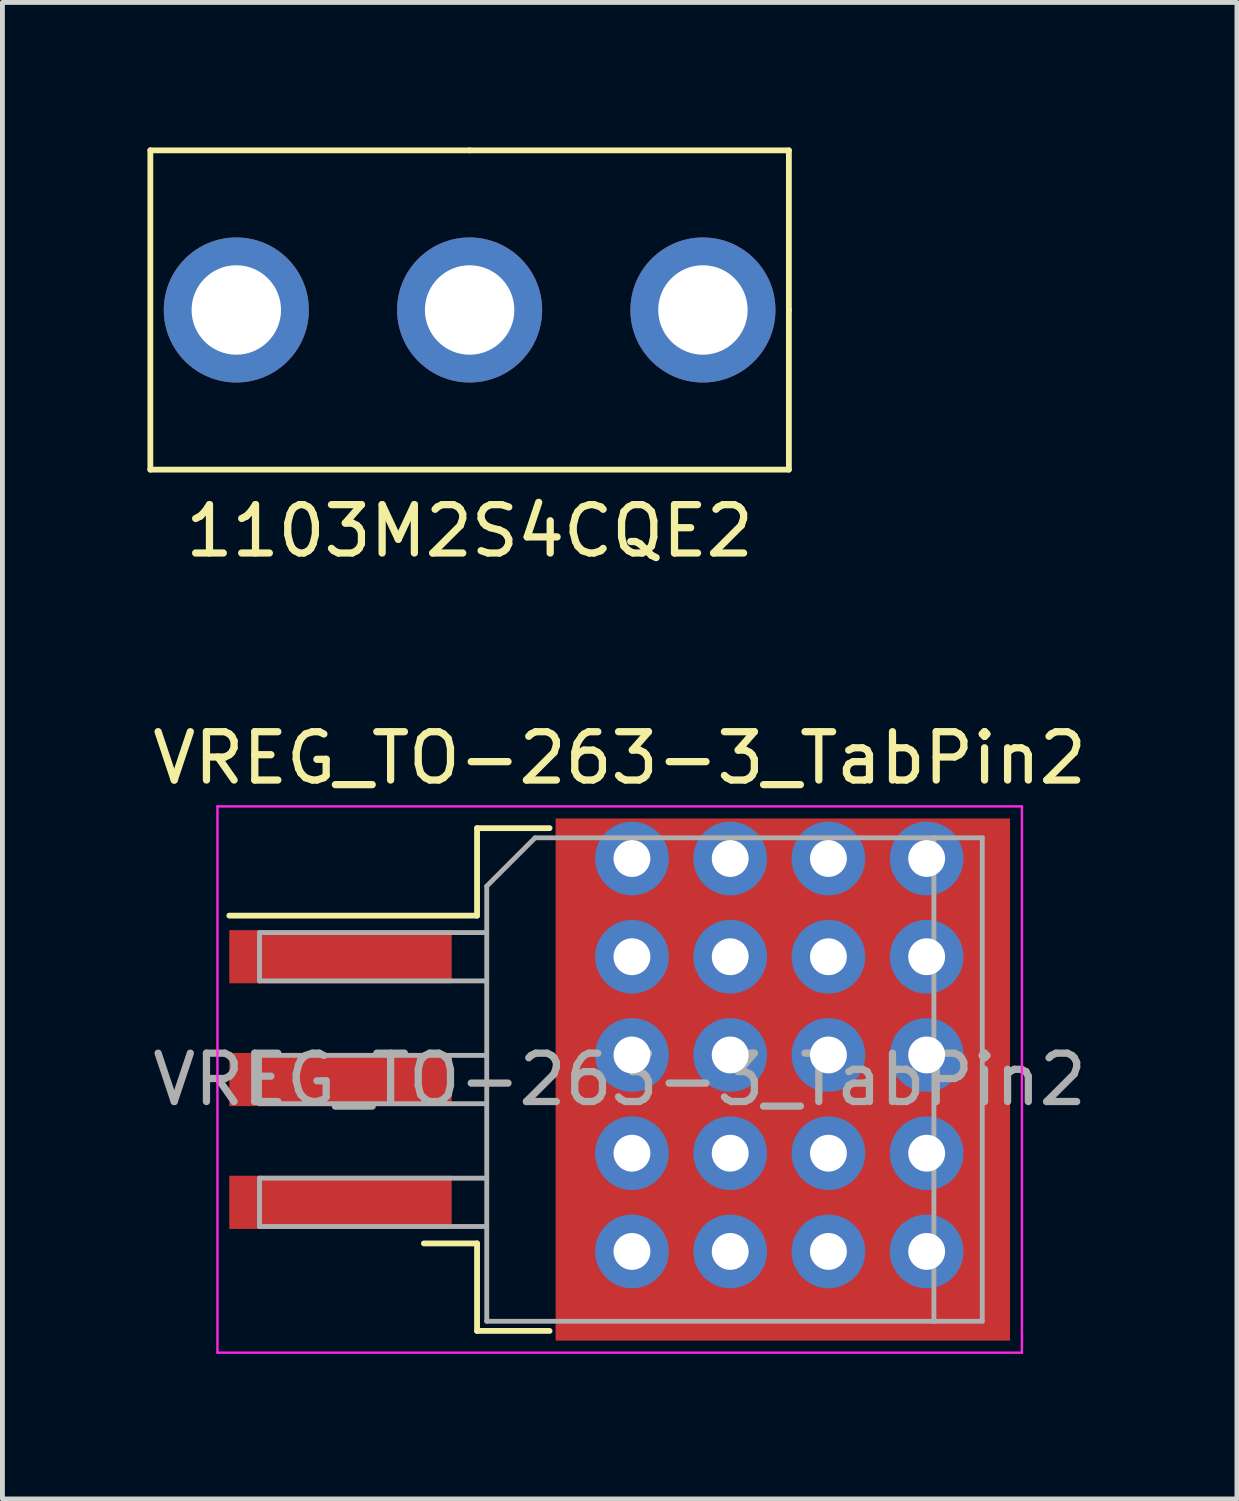
<source format=kicad_pcb>
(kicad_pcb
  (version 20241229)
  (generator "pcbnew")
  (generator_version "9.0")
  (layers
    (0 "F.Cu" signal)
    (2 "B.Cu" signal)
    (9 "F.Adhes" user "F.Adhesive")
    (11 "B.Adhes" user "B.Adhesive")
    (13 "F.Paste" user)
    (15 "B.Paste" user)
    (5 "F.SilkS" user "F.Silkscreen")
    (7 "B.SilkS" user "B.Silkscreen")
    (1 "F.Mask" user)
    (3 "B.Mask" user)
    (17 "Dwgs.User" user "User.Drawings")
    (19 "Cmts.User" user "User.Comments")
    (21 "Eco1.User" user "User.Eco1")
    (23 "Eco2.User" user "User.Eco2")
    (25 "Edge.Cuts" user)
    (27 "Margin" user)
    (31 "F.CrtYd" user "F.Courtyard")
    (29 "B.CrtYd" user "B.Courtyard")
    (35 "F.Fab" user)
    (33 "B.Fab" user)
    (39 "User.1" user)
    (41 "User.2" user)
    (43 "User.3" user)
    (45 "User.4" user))
  (footprint "VREG_TO-263-3_TabPin2"
    (layer "F.Cu")
    (at 9.768 19.28)
    (property "Reference" "VREG_TO-263-3_TabPin2" (at 0 -6.65 0) (layer "F.SilkS") (effects (font (size 1 1) (thickness 0.15))))
    (attr smd)
    (fp_line (start -2.95 -5.2) (end -2.95 -3.39) (stroke (width 0.12) (type solid)) (layer "F.SilkS"))
    (fp_line (start -2.95 -3.39) (end -8.075 -3.39) (stroke (width 0.12) (type solid)) (layer "F.SilkS"))
    (fp_line (start -2.95 3.39) (end -4.05 3.39) (stroke (width 0.12) (type solid)) (layer "F.SilkS"))
    (fp_line (start -2.95 5.2) (end -2.95 3.39) (stroke (width 0.12) (type solid)) (layer "F.SilkS"))
    (fp_line (start -1.45 -5.2) (end -2.95 -5.2) (stroke (width 0.12) (type solid)) (layer "F.SilkS"))
    (fp_line (start -1.45 5.2) (end -2.95 5.2) (stroke (width 0.12) (type solid)) (layer "F.SilkS"))
    (fp_line (start -8.32 -5.65) (end -8.32 5.65) (stroke (width 0.05) (type solid)) (layer "F.CrtYd"))
    (fp_line (start -8.32 5.65) (end 8.32 5.65) (stroke (width 0.05) (type solid)) (layer "F.CrtYd"))
    (fp_line (start 8.32 -5.65) (end -8.32 -5.65) (stroke (width 0.05) (type solid)) (layer "F.CrtYd"))
    (fp_line (start 8.32 5.65) (end 8.32 -5.65) (stroke (width 0.05) (type solid)) (layer "F.CrtYd"))
    (fp_line (start -7.45 -3.04) (end -7.45 -2.04) (stroke (width 0.1) (type solid)) (layer "F.Fab"))
    (fp_line (start -7.45 -2.04) (end -2.75 -2.04) (stroke (width 0.1) (type solid)) (layer "F.Fab"))
    (fp_line (start -7.45 -0.5) (end -7.45 0.5) (stroke (width 0.1) (type solid)) (layer "F.Fab"))
    (fp_line (start -7.45 0.5) (end -2.75 0.5) (stroke (width 0.1) (type solid)) (layer "F.Fab"))
    (fp_line (start -7.45 2.04) (end -7.45 3.04) (stroke (width 0.1) (type solid)) (layer "F.Fab"))
    (fp_line (start -7.45 3.04) (end -2.75 3.04) (stroke (width 0.1) (type solid)) (layer "F.Fab"))
    (fp_line (start -2.75 -4) (end -1.75 -5) (stroke (width 0.1) (type solid)) (layer "F.Fab"))
    (fp_line (start -2.75 -3.04) (end -7.45 -3.04) (stroke (width 0.1) (type solid)) (layer "F.Fab"))
    (fp_line (start -2.75 -0.5) (end -7.45 -0.5) (stroke (width 0.1) (type solid)) (layer "F.Fab"))
    (fp_line (start -2.75 2.04) (end -7.45 2.04) (stroke (width 0.1) (type solid)) (layer "F.Fab"))
    (fp_line (start -2.75 5) (end -2.75 -4) (stroke (width 0.1) (type solid)) (layer "F.Fab"))
    (fp_line (start -1.75 -5) (end 6.5 -5) (stroke (width 0.1) (type solid)) (layer "F.Fab"))
    (fp_line (start 6.5 -5) (end 6.5 5) (stroke (width 0.1) (type solid)) (layer "F.Fab"))
    (fp_line (start 6.5 -5) (end 7.5 -5) (stroke (width 0.1) (type solid)) (layer "F.Fab"))
    (fp_line (start 6.5 5) (end -2.75 5) (stroke (width 0.1) (type solid)) (layer "F.Fab"))
    (fp_line (start 7.5 -5) (end 7.5 5) (stroke (width 0.1) (type solid)) (layer "F.Fab"))
    (fp_line (start 7.5 5) (end 6.5 5) (stroke (width 0.1) (type solid)) (layer "F.Fab"))
    (fp_text user "${REFERENCE}" (at 0 0 0) (layer "F.Fab") (effects (font (size 1 1) (thickness 0.15))))
    (pad "" smd rect (at 0.95 -2.775) (size 4.55 5.25) (layers "F.Paste"))
    (pad "" smd rect (at 0.95 2.775) (size 4.55 5.25) (layers "F.Paste"))
    (pad "" smd rect (at 5.8 -2.775) (size 4.55 5.25) (layers "F.Paste"))
    (pad "" smd rect (at 5.8 2.775) (size 4.55 5.25) (layers "F.Paste"))
    (pad "1" smd rect (at -5.775 -2.54) (size 4.6 1.1) (layers "F.Cu" "F.Mask" "F.Paste"))
    (pad "2" smd rect (at -5.775 0) (size 4.6 1.1) (layers "F.Cu" "F.Mask" "F.Paste"))
    (pad "2" thru_hole circle (at 0.254 -4.572) (size 1.524 1.524) (drill 0.762) (layers "*.Cu" "*.Mask"))
    (pad "2" thru_hole circle (at 0.254 -2.54) (size 1.524 1.524) (drill 0.762) (layers "*.Cu" "*.Mask"))
    (pad "2" thru_hole circle (at 0.254 -0.508) (size 1.524 1.524) (drill 0.762) (layers "*.Cu" "*.Mask"))
    (pad "2" thru_hole circle (at 0.254 1.524) (size 1.524 1.524) (drill 0.762) (layers "*.Cu" "*.Mask"))
    (pad "2" thru_hole circle (at 0.254 3.556) (size 1.524 1.524) (drill 0.762) (layers "*.Cu" "*.Mask"))
    (pad "2" thru_hole circle (at 2.286 -4.572) (size 1.524 1.524) (drill 0.762) (layers "*.Cu" "*.Mask"))
    (pad "2" thru_hole circle (at 2.286 -2.54) (size 1.524 1.524) (drill 0.762) (layers "*.Cu" "*.Mask"))
    (pad "2" thru_hole circle (at 2.286 -0.508) (size 1.524 1.524) (drill 0.762) (layers "*.Cu" "*.Mask"))
    (pad "2" thru_hole circle (at 2.286 1.524) (size 1.524 1.524) (drill 0.762) (layers "*.Cu" "*.Mask"))
    (pad "2" thru_hole circle (at 2.286 3.556) (size 1.524 1.524) (drill 0.762) (layers "*.Cu" "*.Mask"))
    (pad "2" smd rect (at 3.375 0) (size 9.4 10.8) (layers "F.Cu" "F.Mask"))
    (pad "2" thru_hole circle (at 4.318 -4.572) (size 1.524 1.524) (drill 0.762) (layers "*.Cu" "*.Mask"))
    (pad "2" thru_hole circle (at 4.318 -2.54) (size 1.524 1.524) (drill 0.762) (layers "*.Cu" "*.Mask"))
    (pad "2" thru_hole circle (at 4.318 -0.508) (size 1.524 1.524) (drill 0.762) (layers "*.Cu" "*.Mask"))
    (pad "2" thru_hole circle (at 4.318 1.524) (size 1.524 1.524) (drill 0.762) (layers "*.Cu" "*.Mask"))
    (pad "2" thru_hole circle (at 4.318 3.556) (size 1.524 1.524) (drill 0.762) (layers "*.Cu" "*.Mask"))
    (pad "2" thru_hole circle (at 6.35 -4.572) (size 1.524 1.524) (drill 0.762) (layers "*.Cu" "*.Mask"))
    (pad "2" thru_hole circle (at 6.35 -2.54) (size 1.524 1.524) (drill 0.762) (layers "*.Cu" "*.Mask"))
    (pad "2" thru_hole circle (at 6.35 -0.508) (size 1.524 1.524) (drill 0.762) (layers "*.Cu" "*.Mask"))
    (pad "2" thru_hole circle (at 6.35 1.524) (size 1.524 1.524) (drill 0.762) (layers "*.Cu" "*.Mask"))
    (pad "2" thru_hole circle (at 6.35 3.556) (size 1.524 1.524) (drill 0.762) (layers "*.Cu" "*.Mask"))
    (pad "3" smd rect (at -5.775 2.54) (size 4.6 1.1) (layers "F.Cu" "F.Mask" "F.Paste")))
  (footprint "1103M2S4CQE2"
    (layer "F.Cu")
    (at 6.664 5.902)
    (property "Reference" "1103M2S4CQE2" (at 0 2.032 0) (layer "F.SilkS") (effects (font (size 1 1) (thickness 0.15))))
    (attr through_hole)
    (fp_line (start -6.604 -5.842) (end -6.604 0.762) (stroke (width 0.12) (type solid)) (layer "F.SilkS"))
    (fp_line (start -6.604 0.762) (end 6.604 0.762) (stroke (width 0.12) (type solid)) (layer "F.SilkS"))
    (fp_line (start 0 -5.842) (end -6.604 -5.842) (stroke (width 0.12) (type solid)) (layer "F.SilkS"))
    (fp_line (start 6.604 -5.842) (end 0 -5.842) (stroke (width 0.12) (type solid)) (layer "F.SilkS"))
    (fp_line (start 6.604 -2.54) (end 6.604 -5.842) (stroke (width 0.12) (type solid)) (layer "F.SilkS"))
    (fp_line (start 6.604 0.762) (end 6.604 -2.54) (stroke (width 0.12) (type solid)) (layer "F.SilkS"))
    (pad "1" thru_hole circle (at 4.826 -2.54) (size 3 3) (drill 1.85) (layers "*.Cu" "*.Mask"))
    (pad "2" thru_hole circle (at 0 -2.54) (size 3 3) (drill 1.85) (layers "*.Cu" "*.Mask"))
    (pad "3" thru_hole circle (at -4.826 -2.54) (size 3 3) (drill 1.85) (layers "*.Cu" "*.Mask")))
  (gr_rect
    (start -3 -3)
    (end 22.536 27.956)
    (stroke (width 0.1) (type default))
    (fill no)
    (layer "Edge.Cuts")))
</source>
